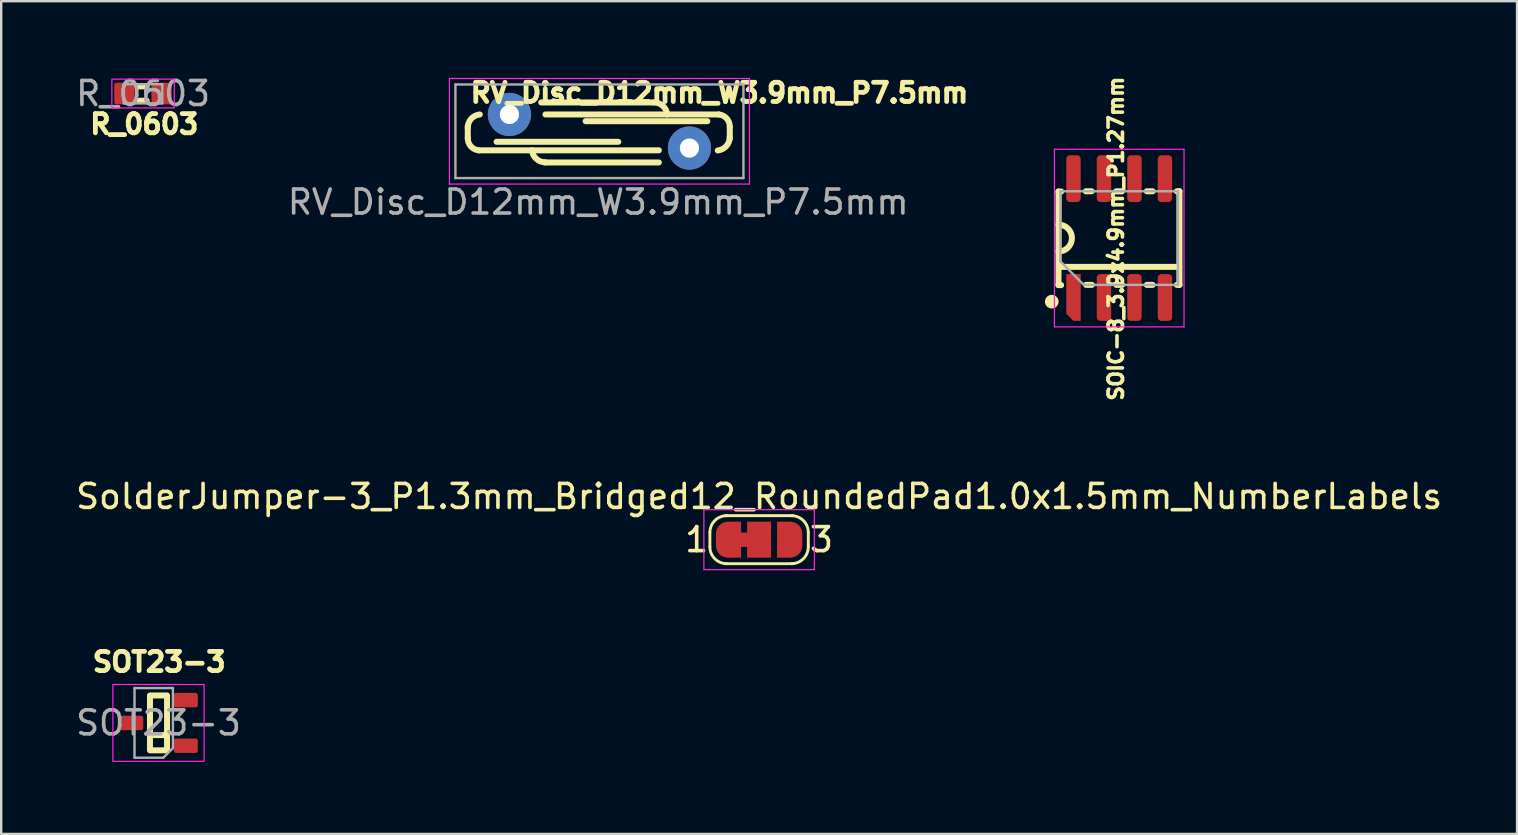
<source format=kicad_pcb>
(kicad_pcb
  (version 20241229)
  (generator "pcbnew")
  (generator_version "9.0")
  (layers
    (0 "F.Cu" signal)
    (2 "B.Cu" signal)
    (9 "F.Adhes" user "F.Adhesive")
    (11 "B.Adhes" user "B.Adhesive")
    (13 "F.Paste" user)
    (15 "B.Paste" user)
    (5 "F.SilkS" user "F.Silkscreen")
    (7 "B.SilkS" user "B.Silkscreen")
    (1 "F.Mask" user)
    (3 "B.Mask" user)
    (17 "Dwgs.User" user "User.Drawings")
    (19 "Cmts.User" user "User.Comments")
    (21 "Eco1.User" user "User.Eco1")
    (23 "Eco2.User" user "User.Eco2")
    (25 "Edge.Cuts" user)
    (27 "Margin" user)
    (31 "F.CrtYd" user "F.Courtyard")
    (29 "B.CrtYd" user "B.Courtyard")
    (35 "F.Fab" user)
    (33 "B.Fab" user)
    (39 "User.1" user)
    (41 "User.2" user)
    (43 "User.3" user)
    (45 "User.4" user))
  (footprint "SOIC-8_3.9x4.9mm_P1.27mm"
    (layer "F.Cu")
    (at 43.556 6.844)
    (property "Reference" "SOIC-8_3.9x4.9mm_P1.27mm" (at -0.11 0.05 270) (layer "F.SilkS") (effects (font (size 0.6 0.6) (thickness 0.15))))
    (attr smd)
    (fp_line (start -2.505 -1.915) (end -2.505 1.985) (stroke (width 0.25) (type solid)) (layer "F.SilkS"))
    (fp_line (start -2.475 1.225) (end 2.525 1.225) (stroke (width 0.25) (type default)) (layer "F.SilkS"))
    (fp_line (start -2.395 -1.915) (end -2.505 -1.915) (stroke (width 0.25) (type solid)) (layer "F.SilkS"))
    (fp_line (start -2.395 1.985) (end -2.505 1.985) (stroke (width 0.25) (type solid)) (layer "F.SilkS"))
    (fp_line (start -1.125 -1.925) (end -1.365 -1.925) (stroke (width 0.25) (type solid)) (layer "F.SilkS"))
    (fp_line (start -1.115 1.975) (end -1.355 1.975) (stroke (width 0.25) (type solid)) (layer "F.SilkS"))
    (fp_line (start 0.135 -1.925) (end -0.105 -1.925) (stroke (width 0.25) (type solid)) (layer "F.SilkS"))
    (fp_line (start 0.145 1.975) (end -0.095 1.975) (stroke (width 0.25) (type solid)) (layer "F.SilkS"))
    (fp_line (start 1.415 -1.925) (end 1.175 -1.925) (stroke (width 0.25) (type solid)) (layer "F.SilkS"))
    (fp_line (start 1.415 1.975) (end 1.175 1.975) (stroke (width 0.25) (type solid)) (layer "F.SilkS"))
    (fp_line (start 2.425 -1.925) (end 2.535 -1.925) (stroke (width 0.25) (type solid)) (layer "F.SilkS"))
    (fp_line (start 2.425 1.975) (end 2.535 1.975) (stroke (width 0.25) (type solid)) (layer "F.SilkS"))
    (fp_line (start 2.535 1.975) (end 2.535 -1.925) (stroke (width 0.25) (type solid)) (layer "F.SilkS"))
    (fp_arc (start -2.505 -0.535) (mid -1.941677 0.025029) (end -2.505 0.585057) (stroke (width 0.25) (type solid)) (layer "F.SilkS"))
    (fp_circle (center -2.785 2.675) (end -2.785 2.451) (stroke (width 0.12) (type solid)) (fill yes) (layer "F.SilkS"))
    (fp_line (start -2.675 -3.675) (end -2.675 3.725) (stroke (width 0.05) (type solid)) (layer "F.CrtYd"))
    (fp_line (start -2.675 3.725) (end 2.725 3.725) (stroke (width 0.05) (type solid)) (layer "F.CrtYd"))
    (fp_line (start 2.725 -3.675) (end -2.675 -3.675) (stroke (width 0.05) (type solid)) (layer "F.CrtYd"))
    (fp_line (start 2.725 3.725) (end 2.725 -3.675) (stroke (width 0.05) (type solid)) (layer "F.CrtYd"))
    (fp_line (start -2.425 -1.925) (end 2.475 -1.925) (stroke (width 0.1) (type solid)) (layer "F.Fab"))
    (fp_line (start -2.425 1) (end -2.425 -1.925) (stroke (width 0.1) (type solid)) (layer "F.Fab"))
    (fp_line (start -1.45 1.975) (end -2.425 1) (stroke (width 0.1) (type solid)) (layer "F.Fab"))
    (fp_line (start 2.475 -1.925) (end 2.475 1.975) (stroke (width 0.1) (type solid)) (layer "F.Fab"))
    (fp_line (start 2.475 1.975) (end -1.45 1.975) (stroke (width 0.1) (type solid)) (layer "F.Fab"))
    (pad "1" smd roundrect (at -1.88 2.5 90) (size 1.95 0.6) (layers "F.Cu" "F.Mask" "F.Paste") (roundrect_rratio 0) (chamfer_ratio 0.5) (chamfer top_left))
    (pad "2" smd roundrect (at -0.61 2.5 90) (size 1.95 0.6) (layers "F.Cu" "F.Mask" "F.Paste") (roundrect_rratio 0.25))
    (pad "3" smd roundrect (at 0.66 2.5 90) (size 1.95 0.6) (layers "F.Cu" "F.Mask" "F.Paste") (roundrect_rratio 0.25))
    (pad "4" smd roundrect (at 1.93 2.5 90) (size 1.95 0.6) (layers "F.Cu" "F.Mask" "F.Paste") (roundrect_rratio 0.25))
    (pad "5" smd roundrect (at 1.93 -2.45 90) (size 1.95 0.6) (layers "F.Cu" "F.Mask" "F.Paste") (roundrect_rratio 0.25))
    (pad "6" smd roundrect (at 0.66 -2.45 90) (size 1.95 0.6) (layers "F.Cu" "F.Mask" "F.Paste") (roundrect_rratio 0.25))
    (pad "7" smd roundrect (at -0.61 -2.45 90) (size 1.95 0.6) (layers "F.Cu" "F.Mask" "F.Paste") (roundrect_rratio 0.25))
    (pad "8" smd roundrect (at -1.88 -2.45 90) (size 1.95 0.6) (layers "F.Cu" "F.Mask" "F.Paste") (roundrect_rratio 0.25)))
  (footprint "R_0603"
    (layer "F.Cu")
    (at 2.911 0.848)
    (property "Reference" "R_0603" (at 0.05 1.275 0) (unlocked yes) (layer "F.SilkS") (effects (font (size 0.8 0.8) (thickness 0.2) (bold yes))))
    (attr smd)
    (fp_line (start -0.15 -0.3) (end 0.15 -0.3) (stroke (width 0.25) (type default)) (layer "F.SilkS"))
    (fp_line (start -0.15 0.3) (end 0.15 0.3) (stroke (width 0.25) (type default)) (layer "F.SilkS"))
    (fp_rect (start -1.3 -0.6) (end 1.3 0.6) (stroke (width 0.05) (type default)) (fill no) (layer "F.CrtYd"))
    (fp_line (start -0.8 -0.39) (end 0.8 -0.39) (stroke (width 0.1) (type solid)) (layer "F.Fab"))
    (fp_line (start -0.8 0.41) (end -0.8 -0.39) (stroke (width 0.1) (type solid)) (layer "F.Fab"))
    (fp_line (start 0.8 -0.39) (end 0.8 0.41) (stroke (width 0.1) (type solid)) (layer "F.Fab"))
    (fp_line (start 0.8 0.41) (end -0.8 0.41) (stroke (width 0.1) (type solid)) (layer "F.Fab"))
    (fp_text user "${REFERENCE}" (at 0 0 0) (unlocked yes) (layer "F.Fab") (effects (font (size 1 1) (thickness 0.15))))
    (pad "1" smd roundrect (at -0.775 0) (size 0.85 0.9) (layers "F.Cu" "F.Mask" "F.Paste") (roundrect_rratio 0.1))
    (pad "2" smd roundrect (at 0.775 0) (size 0.85 0.9) (layers "F.Cu" "F.Mask" "F.Paste") (roundrect_rratio 0.1)))
  (footprint "SolderJumper-3_P1.3mm_Bridged12_RoundedPad1.0x1.5mm_NumberLabels"
    (layer "F.Cu")
    (at 28.577 19.435)
    (property "Reference" "SolderJumper-3_P1.3mm_Bridged12_RoundedPad1.0x1.5mm_NumberLabels" (at 0 -1.8 0) (layer "F.SilkS") (effects (font (size 1 1) (thickness 0.15))))
    (attr exclude_from_pos_files)
    (fp_poly (pts (xy -0.9 -0.3) (xy -0.4 -0.3) (xy -0.4 0.3) (xy -0.9 0.3)) (stroke (width 0) (type solid)) (fill yes) (layer "F.Cu"))
    (fp_line (start -2.05 0.3) (end -2.05 -0.3) (stroke (width 0.12) (type solid)) (layer "F.SilkS"))
    (fp_line (start -1.4 -1) (end 1.4 -1) (stroke (width 0.12) (type solid)) (layer "F.SilkS"))
    (fp_line (start 1.4 1) (end -1.4 1) (stroke (width 0.12) (type solid)) (layer "F.SilkS"))
    (fp_line (start 2.05 -0.3) (end 2.05 0.3) (stroke (width 0.12) (type solid)) (layer "F.SilkS"))
    (fp_arc (start -2.05 -0.3) (mid -1.844975 -0.794975) (end -1.35 -1) (stroke (width 0.12) (type solid)) (layer "F.SilkS"))
    (fp_arc (start -1.35 1) (mid -1.844975 0.794975) (end -2.05 0.3) (stroke (width 0.12) (type solid)) (layer "F.SilkS"))
    (fp_arc (start 1.35 -1) (mid 1.844975 -0.794975) (end 2.05 -0.3) (stroke (width 0.12) (type solid)) (layer "F.SilkS"))
    (fp_arc (start 2.05 0.3) (mid 1.844975 0.794975) (end 1.35 1) (stroke (width 0.12) (type solid)) (layer "F.SilkS"))
    (fp_line (start -2.3 -1.25) (end -2.3 1.25) (stroke (width 0.05) (type solid)) (layer "F.CrtYd"))
    (fp_line (start -2.3 -1.25) (end 2.3 -1.25) (stroke (width 0.05) (type solid)) (layer "F.CrtYd"))
    (fp_line (start 2.3 1.25) (end -2.3 1.25) (stroke (width 0.05) (type solid)) (layer "F.CrtYd"))
    (fp_line (start 2.3 1.25) (end 2.3 -1.25) (stroke (width 0.05) (type solid)) (layer "F.CrtYd"))
    (fp_text user "3" (at 2.6 0 0) (layer "F.SilkS") (effects (font (size 1 1) (thickness 0.15))))
    (fp_text user "1" (at -2.6 0 0) (layer "F.SilkS") (effects (font (size 1 1) (thickness 0.15))))
    (pad "1" smd custom (at -1.3 0) (size 1 0.5) (layers "F.Cu" "F.Mask") (options (anchor rect)) (primitives (gr_poly (pts (xy 0.55 0.75) (xy 0 0.75) (xy 0 -0.75) (xy 0.55 -0.75)) (width 0) (fill yes)) (gr_circle (center 0 0.25) (end 0.5 0.25) (width 0) (fill yes)) (gr_circle (center 0 -0.25) (end 0.5 -0.25) (width 0) (fill yes))))
    (pad "2" smd rect (at 0 0) (size 1 1.5) (layers "F.Cu" "F.Mask"))
    (pad "3" smd custom (at 1.3 0) (size 1 0.5) (layers "F.Cu" "F.Mask") (options (anchor rect)) (primitives (gr_circle (center 0 0.25) (end 0.5 0.25) (width 0) (fill yes)) (gr_circle (center 0 -0.25) (end 0.5 -0.25) (width 0) (fill yes)) (gr_poly (pts (xy 0 0.75) (xy -0.55 0.75) (xy -0.55 -0.75) (xy 0 -0.75)) (width 0) (fill yes)))))
  (footprint "RV_Disc_D12mm_W3.9mm_P7.5mm"
    (layer "F.Cu")
    (at 18.175 1.719)
    (property "Reference" "RV_Disc_D12mm_W3.9mm_P7.5mm" (at 8.75 -0.9 0) (layer "F.SilkS") (effects (font (size 0.8 0.8) (thickness 0.2))))
    (attr through_hole)
    (fp_line (start -1.736 0.984) (end -1.736 0.484) (stroke (width 0.25) (type solid)) (layer "F.SilkS"))
    (fp_line (start 1.5 0) (end 8.725 0) (stroke (width 0.25) (type solid)) (layer "F.SilkS"))
    (fp_line (start 4.535 1.14) (end -0.535 1.14) (stroke (width 0.25) (type solid)) (layer "F.SilkS"))
    (fp_line (start 6.01 -0.5) (end 1.325 -0.5) (stroke (width 0.25) (type solid)) (layer "F.SilkS"))
    (fp_line (start 6.225 1.494) (end -1.281 1.494) (stroke (width 0.25) (type solid)) (layer "F.SilkS"))
    (fp_line (start 6.225 2) (end 1.465 2) (stroke (width 0.25) (type solid)) (layer "F.SilkS"))
    (fp_line (start 8.245 0.28) (end 3.175 0.28) (stroke (width 0.25) (type solid)) (layer "F.SilkS"))
    (fp_line (start 9.18 0.51) (end 9.18 1.01) (stroke (width 0.25) (type solid)) (layer "F.SilkS"))
    (fp_arc (start -1.735945 0.554055) (mid -1.59298 0.180435) (end -1.235945 0) (stroke (width 0.25) (type solid)) (layer "F.SilkS"))
    (fp_arc (start -1.280945 1.494054) (mid -1.607737 1.327639) (end -1.735945 0.984055) (stroke (width 0.25) (type solid)) (layer "F.SilkS"))
    (fp_arc (start 1.493647 1.992935) (mid 1.120028 1.849969) (end 0.939592 1.492935) (stroke (width 0.25) (type solid)) (layer "F.SilkS"))
    (fp_arc (start 6.02 -0.5) (mid 6.393625 -0.357037) (end 6.574055 0) (stroke (width 0.25) (type solid)) (layer "F.SilkS"))
    (fp_arc (start 8.725 0.000001) (mid 9.051775 0.16642) (end 9.18 0.51) (stroke (width 0.25) (type solid)) (layer "F.SilkS"))
    (fp_arc (start 9.18 0.94) (mid 9.037342 1.315842) (end 8.68 1.5) (stroke (width 0.25) (type solid)) (layer "F.SilkS"))
    (fp_line (start -2.5 -1.5) (end -2.5 2.9) (stroke (width 0.05) (type solid)) (layer "F.CrtYd"))
    (fp_line (start -2.5 -1.5) (end 10 -1.5) (stroke (width 0.05) (type solid)) (layer "F.CrtYd"))
    (fp_line (start -2.5 2.9) (end 10 2.9) (stroke (width 0.05) (type solid)) (layer "F.CrtYd"))
    (fp_line (start 10 -1.5) (end 10 2.9) (stroke (width 0.05) (type solid)) (layer "F.CrtYd"))
    (fp_line (start -2.25 -1.25) (end -2.25 2.65) (stroke (width 0.1) (type solid)) (layer "F.Fab"))
    (fp_line (start -2.25 -1.25) (end 9.75 -1.25) (stroke (width 0.1) (type solid)) (layer "F.Fab"))
    (fp_line (start -2.25 2.65) (end 9.75 2.65) (stroke (width 0.1) (type solid)) (layer "F.Fab"))
    (fp_line (start 9.75 -1.25) (end 9.75 2.65) (stroke (width 0.1) (type solid)) (layer "F.Fab"))
    (fp_text user "${REFERENCE}" (at 3.7 3.65 0) (layer "F.Fab") (effects (font (size 1 1) (thickness 0.15))))
    (pad "1" thru_hole circle (at 0 0) (size 1.8 1.8) (drill 0.8) (layers "*.Cu" "*.Mask"))
    (pad "2" thru_hole circle (at 7.5 1.4) (size 1.8 1.8) (drill 0.8) (layers "*.Cu" "*.Mask")))
  (footprint "SOT23-3"
    (layer "F.Cu")
    (at 3.554 27.069)
    (property "Reference" "SOT23-3" (at 0.03 -2.54 0) (unlocked yes) (layer "F.SilkS") (effects (font (size 0.8 0.8) (thickness 0.2) (bold yes))))
    (attr smd)
    (fp_line (start -0.318 0.508) (end 0.318 0.508) (stroke (width 0.25) (type default)) (layer "F.SilkS"))
    (fp_rect (start -0.356 -1.143) (end 0.356 1.143) (stroke (width 0.25) (type default)) (fill no) (layer "F.SilkS"))
    (fp_rect (start -1.9 -1.6) (end 1.9 1.6) (stroke (width 0.05) (type default)) (fill no) (layer "F.CrtYd"))
    (fp_line (start -1 -1.45) (end 0.6 -1.45) (stroke (width 0.1) (type solid)) (layer "F.Fab"))
    (fp_line (start -1 1.45) (end -1 -1.45) (stroke (width 0.1) (type solid)) (layer "F.Fab"))
    (fp_line (start 0.2 1.45) (end -1 1.45) (stroke (width 0.1) (type solid)) (layer "F.Fab"))
    (fp_line (start 0.6 -1.45) (end 0.6 1.05) (stroke (width 0.1) (type solid)) (layer "F.Fab"))
    (fp_line (start 0.6 1.05) (end 0.2 1.45) (stroke (width 0.1) (type solid)) (layer "F.Fab"))
    (fp_text user "${REFERENCE}" (at 0 0 0) (unlocked yes) (layer "F.Fab") (effects (font (size 1 1) (thickness 0.15))))
    (pad "1" smd roundrect (at 1.137 0.95 180) (size 1 0.6) (layers "F.Cu" "F.Mask" "F.Paste") (roundrect_rratio 0.15))
    (pad "2" smd roundrect (at 1.137 -0.95 180) (size 1 0.6) (layers "F.Cu" "F.Mask" "F.Paste") (roundrect_rratio 0.15))
    (pad "3" smd roundrect (at -1.137 0 180) (size 1 0.6) (layers "F.Cu" "F.Mask" "F.Paste") (roundrect_rratio 0.15)))
  (gr_rect
    (start -3 -3)
    (end 60.155 31.694)
    (stroke (width 0.1) (type default))
    (fill no)
    (layer "Edge.Cuts")))
</source>
